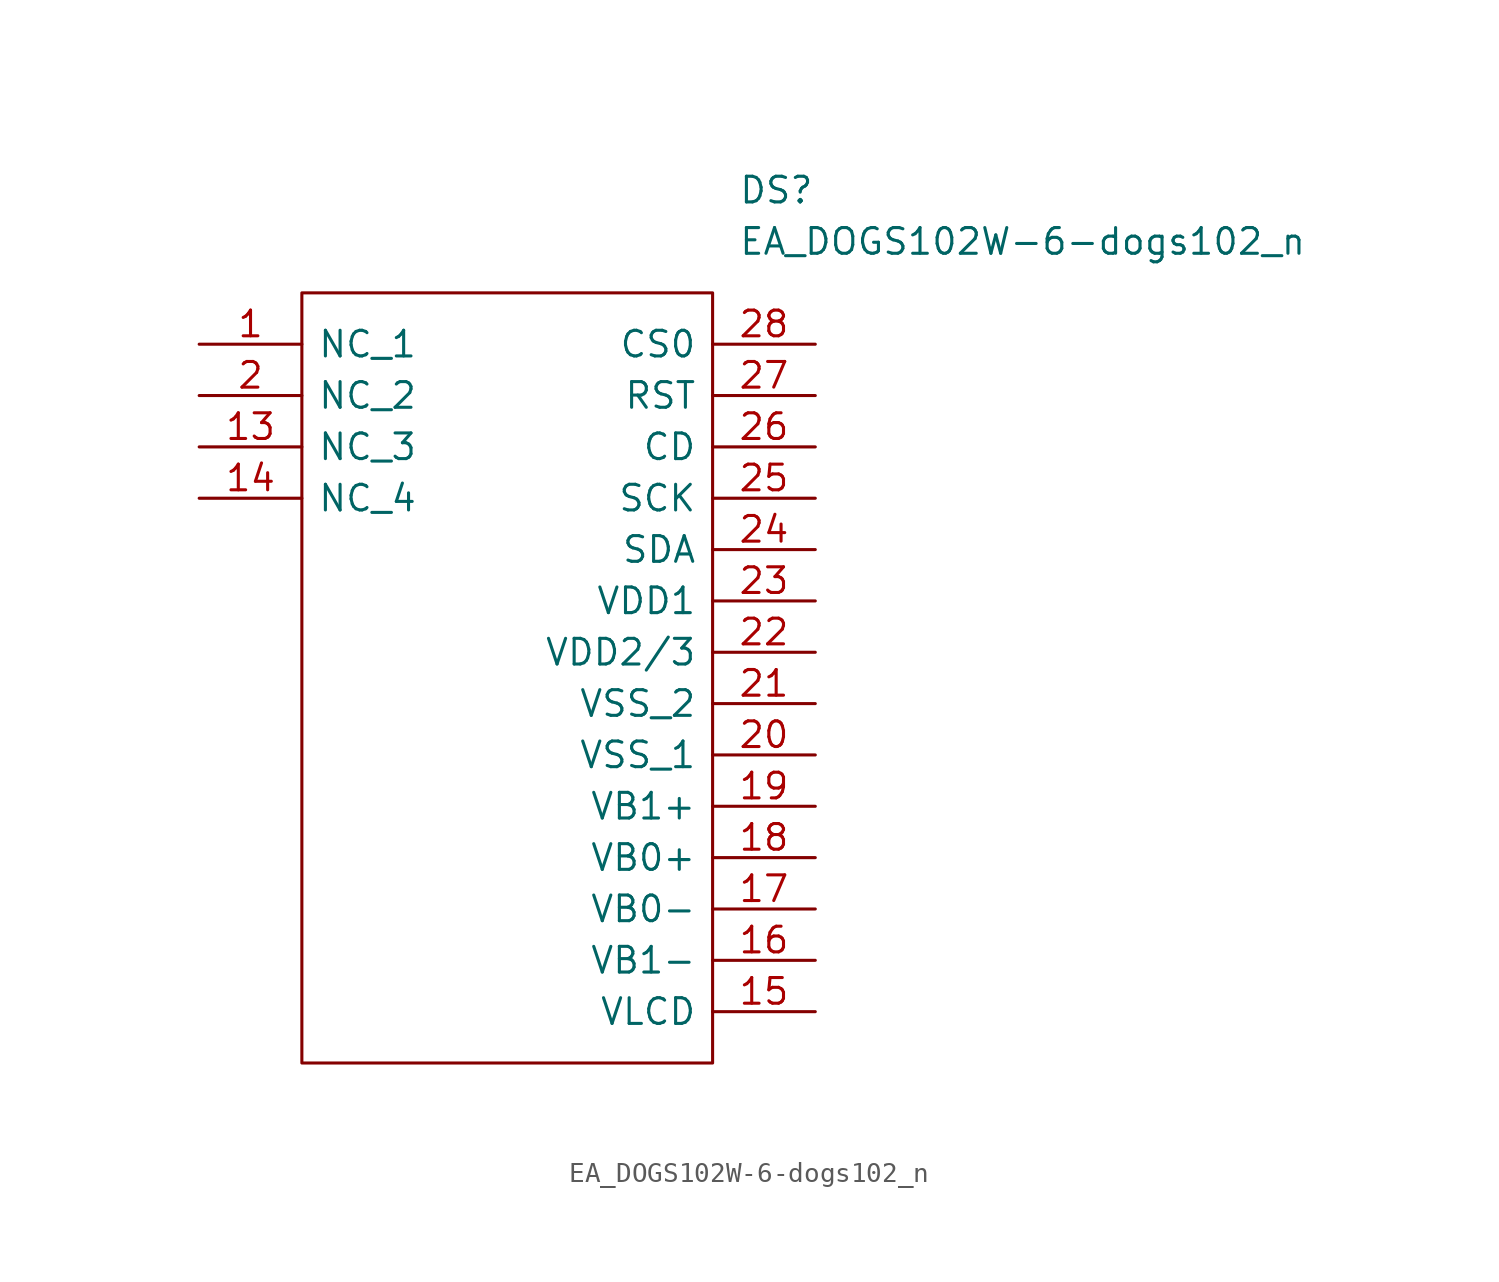
<source format=kicad_sym>
(kicad_symbol_lib
  (version 20220914)
  (generator kicad_symbol_editor)
  (symbol "EA_DOGS102W-6-dogs102_n"
    (pin_names
      (offset 0.762))
    (property "Reference" "DS"
      (at 26.67 7.62 0)
      (effects (font (size 1.27 1.27)) (justify left)))
    (property "Value" "EA_DOGS102W-6-dogs102_n"
      (at 26.67 5.08 0)
      (effects (font (size 1.27 1.27)) (justify left)))
    (symbol "EA_DOGS102W-6-dogs102_n_0_0"
      (pin unspecified line (at 0 0 0) (length 5.08) (name "NC_1" (effects (font (size 1.27 1.27)))) (number "1" (effects (font (size 1.27 1.27)))))
      (pin unspecified line (at 0 -5.08 0) (length 5.08) (name "NC_3" (effects (font (size 1.27 1.27)))) (number "13" (effects (font (size 1.27 1.27)))))
      (pin unspecified line (at 0 -7.62 0) (length 5.08) (name "NC_4" (effects (font (size 1.27 1.27)))) (number "14" (effects (font (size 1.27 1.27)))))
      (pin unspecified line (at 30.48 -33.02 180) (length 5.08) (name "VLCD" (effects (font (size 1.27 1.27)))) (number "15" (effects (font (size 1.27 1.27)))))
      (pin unspecified line (at 30.48 -30.48 180) (length 5.08) (name "VB1-" (effects (font (size 1.27 1.27)))) (number "16" (effects (font (size 1.27 1.27)))))
      (pin unspecified line (at 30.48 -27.94 180) (length 5.08) (name "VB0-" (effects (font (size 1.27 1.27)))) (number "17" (effects (font (size 1.27 1.27)))))
      (pin unspecified line (at 30.48 -25.4 180) (length 5.08) (name "VB0+" (effects (font (size 1.27 1.27)))) (number "18" (effects (font (size 1.27 1.27)))))
      (pin unspecified line (at 30.48 -22.86 180) (length 5.08) (name "VB1+" (effects (font (size 1.27 1.27)))) (number "19" (effects (font (size 1.27 1.27)))))
      (pin unspecified line (at 0 -2.54 0) (length 5.08) (name "NC_2" (effects (font (size 1.27 1.27)))) (number "2" (effects (font (size 1.27 1.27)))))
      (pin unspecified line (at 30.48 -20.32 180) (length 5.08) (name "VSS_1" (effects (font (size 1.27 1.27)))) (number "20" (effects (font (size 1.27 1.27)))))
      (pin unspecified line (at 30.48 -17.78 180) (length 5.08) (name "VSS_2" (effects (font (size 1.27 1.27)))) (number "21" (effects (font (size 1.27 1.27)))))
      (pin unspecified line (at 30.48 -15.24 180) (length 5.08) (name "VDD2/3" (effects (font (size 1.27 1.27)))) (number "22" (effects (font (size 1.27 1.27)))))
      (pin unspecified line (at 30.48 -12.7 180) (length 5.08) (name "VDD1" (effects (font (size 1.27 1.27)))) (number "23" (effects (font (size 1.27 1.27)))))
      (pin unspecified line (at 30.48 -10.16 180) (length 5.08) (name "SDA" (effects (font (size 1.27 1.27)))) (number "24" (effects (font (size 1.27 1.27)))))
      (pin unspecified line (at 30.48 -7.62 180) (length 5.08) (name "SCK" (effects (font (size 1.27 1.27)))) (number "25" (effects (font (size 1.27 1.27)))))
      (pin unspecified line (at 30.48 -5.08 180) (length 5.08) (name "CD" (effects (font (size 1.27 1.27)))) (number "26" (effects (font (size 1.27 1.27)))))
      (pin unspecified line (at 30.48 -2.54 180) (length 5.08) (name "RST" (effects (font (size 1.27 1.27)))) (number "27" (effects (font (size 1.27 1.27)))))
      (pin unspecified line (at 30.48 0 180) (length 5.08) (name "CS0" (effects (font (size 1.27 1.27)))) (number "28" (effects (font (size 1.27 1.27))))))
    (symbol "EA_DOGS102W-6-dogs102_n_0_1"
      (polyline (pts (xy 5.08 2.54) (xy 25.4 2.54) (xy 25.4 -35.56) (xy 5.08 -35.56) (xy 5.08 2.54)) (stroke (width 0.152) (type solid)) (fill (type none))))))
</source>
